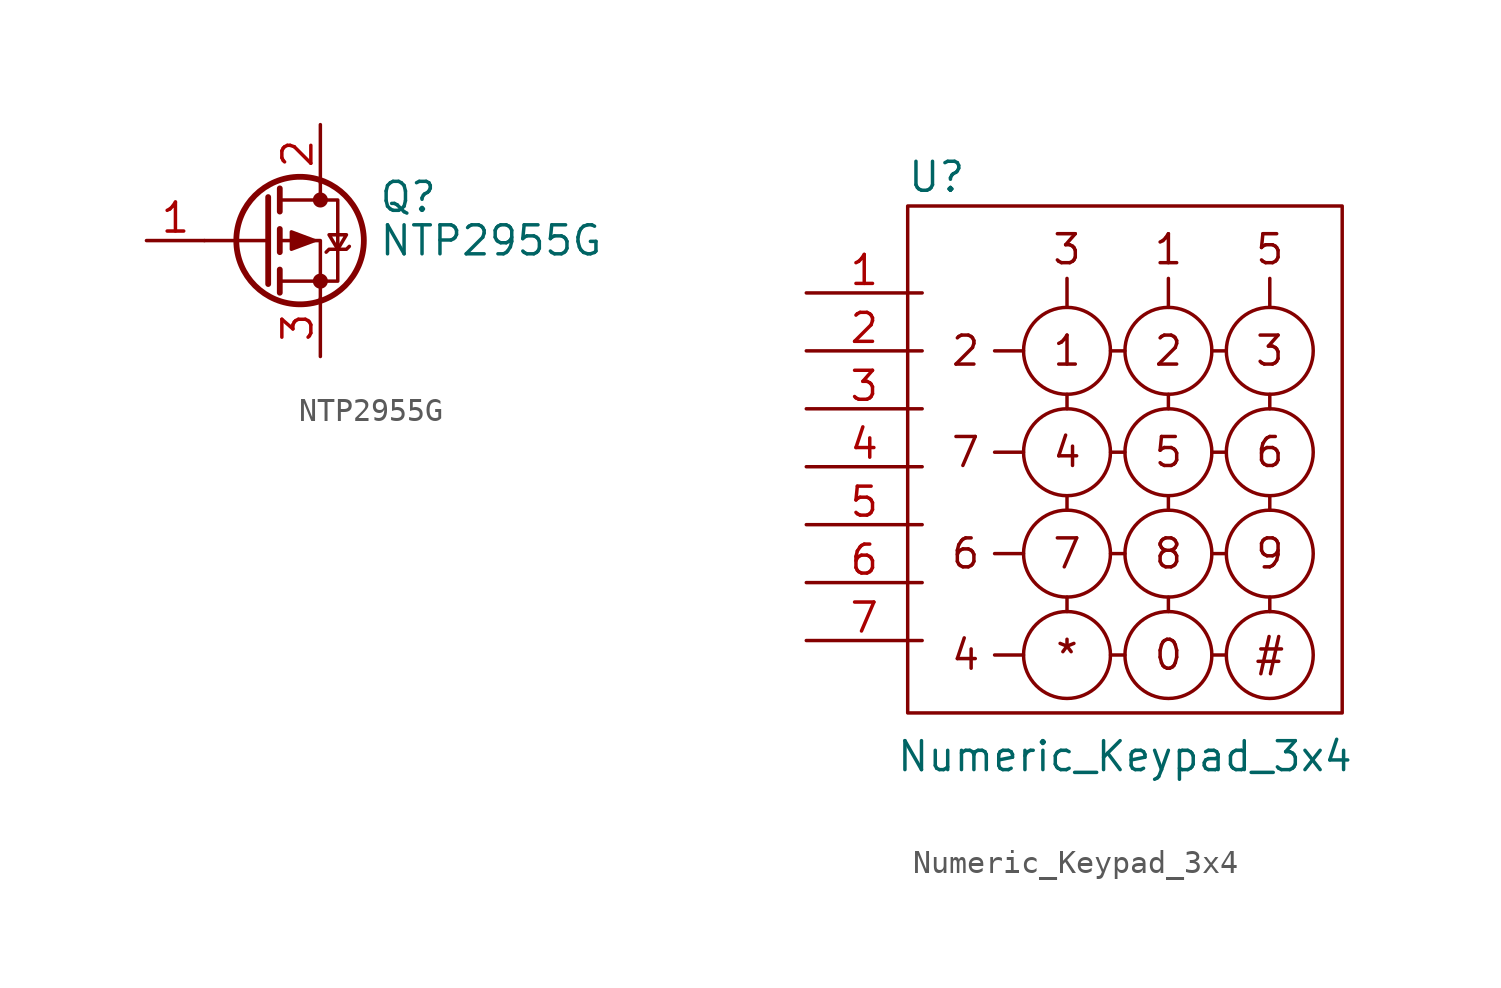
<source format=kicad_sym>
(kicad_symbol_lib
  (version 20231120)
  (generator "kicad_symbol_editor")
  (generator_version "8.0")
  (symbol "NTP2955G"
    (pin_names hide)
    (property "Reference" "Q"
      (at 5.08 1.905 0)
      (effects (font (size 1.27 1.27)) (justify left)))
    (property "Value" "NTP2955G"
      (at 5.08 0 0)
      (effects (font (size 1.27 1.27)) (justify left)))
    (symbol "NTP2955G_0_1"
      (polyline (pts (xy 0.254 0) (xy -2.54 0)) (stroke (width 0) (type default)) (fill (type none)))
      (polyline (pts (xy 0.254 1.905) (xy 0.254 -1.905)) (stroke (width 0.254) (type default)) (fill (type none)))
      (polyline (pts (xy 0.762 -1.27) (xy 0.762 -2.286)) (stroke (width 0.254) (type default)) (fill (type none)))
      (polyline (pts (xy 0.762 0.508) (xy 0.762 -0.508)) (stroke (width 0.254) (type default)) (fill (type none)))
      (polyline (pts (xy 0.762 2.286) (xy 0.762 1.27)) (stroke (width 0.254) (type default)) (fill (type none)))
      (polyline (pts (xy 2.54 2.54) (xy 2.54 1.778)) (stroke (width 0) (type default)) (fill (type none)))
      (polyline (pts (xy 2.54 -2.54) (xy 2.54 0) (xy 0.762 0)) (stroke (width 0) (type default)) (fill (type none)))
      (polyline (pts (xy 0.762 1.778) (xy 3.302 1.778) (xy 3.302 -1.778) (xy 0.762 -1.778)) (stroke (width 0) (type default)) (fill (type none)))
      (polyline (pts (xy 2.286 0) (xy 1.27 0.381) (xy 1.27 -0.381) (xy 2.286 0)) (stroke (width 0) (type default)) (fill (type outline)))
      (polyline (pts (xy 2.794 -0.508) (xy 2.921 -0.381) (xy 3.683 -0.381) (xy 3.81 -0.254)) (stroke (width 0) (type default)) (fill (type none)))
      (polyline (pts (xy 3.302 -0.381) (xy 2.921 0.254) (xy 3.683 0.254) (xy 3.302 -0.381)) (stroke (width 0) (type default)) (fill (type none)))
      (circle (center 1.651 0) (radius 2.794) (stroke (width 0.254) (type default)) (fill (type none)))
      (circle (center 2.54 -1.778) (radius 0.254) (stroke (width 0) (type default)) (fill (type outline)))
      (circle (center 2.54 1.778) (radius 0.254) (stroke (width 0) (type default)) (fill (type outline))))
    (symbol "NTP2955G_1_1"
      (pin input line (at -5.08 0 0) (length 2.54) (name "G" (effects (font (size 1.27 1.27)))) (number "1" (effects (font (size 1.27 1.27)))))
      (pin passive line (at 2.54 5.08 270) (length 2.54) (name "D" (effects (font (size 1.27 1.27)))) (number "2" (effects (font (size 1.27 1.27)))))
      (pin passive line (at 2.54 -5.08 90) (length 2.54) (name "S" (effects (font (size 1.27 1.27)))) (number "3" (effects (font (size 1.27 1.27)))))))
  (symbol "Numeric_Keypad_3x4"
    (pin_names hide)
    (property "Reference" "U"
      (at 5.715 5.08 0)
      (effects (font (size 1.27 1.27))))
    (property "Value" "Numeric_Keypad_3x4"
      (at 13.97 -20.32 0)
      (effects (font (size 1.27 1.27))))
    (symbol "Numeric_Keypad_3x4_0_0"
      (text "#" (at 20.32 -15.875 0) (effects (font (size 1.27 1.27))))
      (text "*" (at 11.43 -15.875 0) (effects (font (size 1.27 1.27))))
      (text "0" (at 15.875 -15.875 0) (effects (font (size 1.27 1.27))))
      (text "1" (at 11.43 -2.54 0) (effects (font (size 1.27 1.27))))
      (text "1" (at 15.875 1.905 0) (effects (font (size 1.27 1.27))))
      (text "2" (at 6.985 -2.54 0) (effects (font (size 1.27 1.27))))
      (text "2" (at 15.875 -2.54 0) (effects (font (size 1.27 1.27))))
      (text "3" (at 11.43 1.905 0) (effects (font (size 1.27 1.27))))
      (text "3" (at 20.32 -2.54 0) (effects (font (size 1.27 1.27))))
      (text "4" (at 6.985 -15.875 0) (effects (font (size 1.27 1.27))))
      (text "4" (at 11.43 -6.985 0) (effects (font (size 1.27 1.27))))
      (text "5" (at 15.875 -6.985 0) (effects (font (size 1.27 1.27))))
      (text "5" (at 20.32 1.905 0) (effects (font (size 1.27 1.27))))
      (text "6" (at 6.985 -11.43 0) (effects (font (size 1.27 1.27))))
      (text "6" (at 20.32 -6.985 0) (effects (font (size 1.27 1.27))))
      (text "7" (at 6.985 -6.985 0) (effects (font (size 1.27 1.27))))
      (text "7" (at 11.43 -11.43 0) (effects (font (size 1.27 1.27))))
      (text "8" (at 15.875 -11.43 0) (effects (font (size 1.27 1.27))))
      (text "9" (at 20.32 -11.43 0) (effects (font (size 1.27 1.27)))))
    (symbol "Numeric_Keypad_3x4_0_1"
      (polyline (pts (xy 9.525 -15.875) (xy 8.255 -15.875)) (stroke (width 0.152) (type default)) (fill (type none)))
      (polyline (pts (xy 9.525 -11.43) (xy 8.255 -11.43)) (stroke (width 0.152) (type default)) (fill (type none)))
      (polyline (pts (xy 9.525 -6.985) (xy 8.255 -6.985)) (stroke (width 0.152) (type default)) (fill (type none)))
      (polyline (pts (xy 9.525 -2.54) (xy 8.255 -2.54)) (stroke (width 0.152) (type default)) (fill (type none)))
      (polyline (pts (xy 11.43 -13.335) (xy 11.43 -13.97)) (stroke (width 0.152) (type default)) (fill (type none)))
      (polyline (pts (xy 11.43 -8.89) (xy 11.43 -9.525)) (stroke (width 0.152) (type default)) (fill (type none)))
      (polyline (pts (xy 11.43 -4.445) (xy 11.43 -5.08)) (stroke (width 0.152) (type default)) (fill (type none)))
      (polyline (pts (xy 11.43 -0.635) (xy 11.43 0.635)) (stroke (width 0.152) (type default)) (fill (type none)))
      (polyline (pts (xy 13.335 -15.875) (xy 13.97 -15.875)) (stroke (width 0.152) (type default)) (fill (type none)))
      (polyline (pts (xy 13.335 -11.43) (xy 13.97 -11.43)) (stroke (width 0.152) (type default)) (fill (type none)))
      (polyline (pts (xy 13.335 -6.985) (xy 13.97 -6.985)) (stroke (width 0.152) (type default)) (fill (type none)))
      (polyline (pts (xy 13.97 -2.54) (xy 13.335 -2.54)) (stroke (width 0.152) (type default)) (fill (type none)))
      (polyline (pts (xy 15.875 -13.97) (xy 15.875 -13.335)) (stroke (width 0.152) (type default)) (fill (type none)))
      (polyline (pts (xy 15.875 -9.525) (xy 15.875 -8.89)) (stroke (width 0.152) (type default)) (fill (type none)))
      (polyline (pts (xy 15.875 -5.08) (xy 15.875 -4.445)) (stroke (width 0.152) (type default)) (fill (type none)))
      (polyline (pts (xy 15.875 -0.635) (xy 15.875 0.635)) (stroke (width 0.152) (type default)) (fill (type none)))
      (polyline (pts (xy 17.78 -15.875) (xy 18.415 -15.875)) (stroke (width 0.152) (type default)) (fill (type none)))
      (polyline (pts (xy 17.78 -11.43) (xy 18.415 -11.43)) (stroke (width 0.152) (type default)) (fill (type none)))
      (polyline (pts (xy 17.78 -6.985) (xy 18.415 -6.985)) (stroke (width 0.152) (type default)) (fill (type none)))
      (polyline (pts (xy 18.415 -2.54) (xy 17.78 -2.54)) (stroke (width 0.152) (type default)) (fill (type none)))
      (polyline (pts (xy 20.32 -13.97) (xy 20.32 -13.335)) (stroke (width 0.152) (type default)) (fill (type none)))
      (polyline (pts (xy 20.32 -9.525) (xy 20.32 -8.89)) (stroke (width 0.152) (type default)) (fill (type none)))
      (polyline (pts (xy 20.32 -5.08) (xy 20.32 -4.445)) (stroke (width 0.152) (type default)) (fill (type none)))
      (polyline (pts (xy 20.32 -0.635) (xy 20.32 0.635)) (stroke (width 0.152) (type default)) (fill (type none)))
      (polyline (pts (xy 4.445 0.635) (xy 4.445 3.81) (xy 23.495 3.81) (xy 23.495 -18.415) (xy 4.445 -18.415) (xy 4.445 0.635)) (stroke (width 0.152) (type default)) (fill (type none)))
      (circle (center 11.43 -15.875) (radius 1.905) (stroke (width 0.152) (type default)) (fill (type none)))
      (circle (center 11.43 -11.43) (radius 1.905) (stroke (width 0.152) (type default)) (fill (type none)))
      (circle (center 11.43 -6.985) (radius 1.905) (stroke (width 0.152) (type default)) (fill (type none)))
      (circle (center 11.43 -2.54) (radius 1.905) (stroke (width 0.152) (type default)) (fill (type none)))
      (circle (center 15.875 -15.875) (radius 1.905) (stroke (width 0.152) (type default)) (fill (type none)))
      (circle (center 15.875 -11.43) (radius 1.905) (stroke (width 0.152) (type default)) (fill (type none)))
      (circle (center 15.875 -6.985) (radius 1.905) (stroke (width 0.152) (type default)) (fill (type none)))
      (circle (center 15.875 -2.54) (radius 1.905) (stroke (width 0.152) (type default)) (fill (type none)))
      (circle (center 20.32 -15.875) (radius 1.905) (stroke (width 0.152) (type default)) (fill (type none)))
      (circle (center 20.32 -11.43) (radius 1.905) (stroke (width 0.152) (type default)) (fill (type none)))
      (circle (center 20.32 -6.985) (radius 1.905) (stroke (width 0.152) (type default)) (fill (type none)))
      (circle (center 20.32 -2.54) (radius 1.905) (stroke (width 0.152) (type default)) (fill (type none)))
      (pin passive line (at 0 0 0) (length 5.08) (name "1" (effects (font (size 1.27 1.27)))) (number "1" (effects (font (size 1.27 1.27)))))
      (pin passive line (at 0 -2.54 0) (length 5.08) (name "2" (effects (font (size 1.27 1.27)))) (number "2" (effects (font (size 1.27 1.27)))))
      (pin passive line (at 0 -5.08 0) (length 5.08) (name "3" (effects (font (size 1.27 1.27)))) (number "3" (effects (font (size 1.27 1.27)))))
      (pin passive line (at 0 -7.62 0) (length 5.08) (name "4" (effects (font (size 1.27 1.27)))) (number "4" (effects (font (size 1.27 1.27)))))
      (pin passive line (at 0 -10.16 0) (length 5.08) (name "5" (effects (font (size 1.27 1.27)))) (number "5" (effects (font (size 1.27 1.27)))))
      (pin passive line (at 0 -12.7 0) (length 5.08) (name "6" (effects (font (size 1.27 1.27)))) (number "6" (effects (font (size 1.27 1.27)))))
      (pin passive line (at 0 -15.24 0) (length 5.08) (name "7" (effects (font (size 1.27 1.27)))) (number "7" (effects (font (size 1.27 1.27))))))))
</source>
